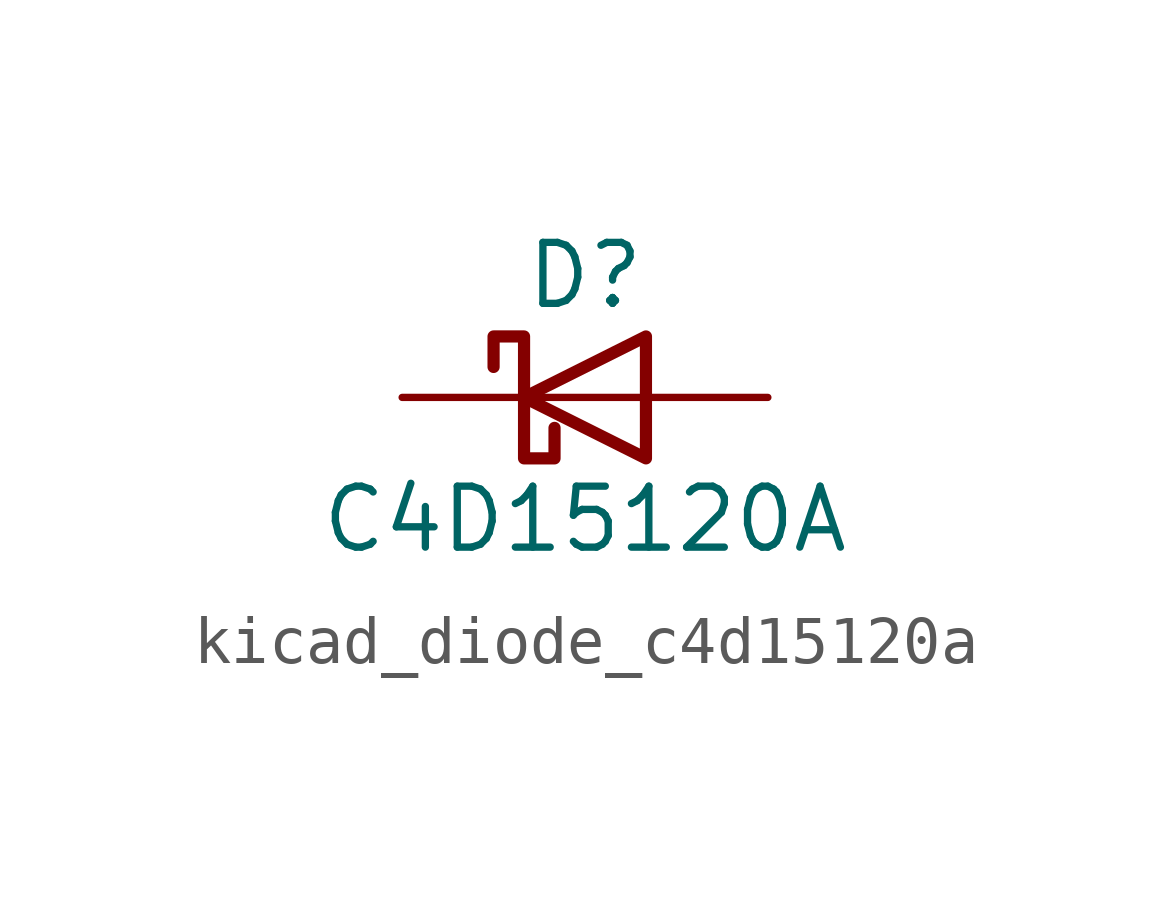
<source format=kicad_sym>
(kicad_symbol_lib
  (version 20220914)
  (generator kicad_symbol_editor)
  (symbol "kicad_diode_c4d15120a"
    (pin_numbers hide)
    (pin_names
      (offset 1.016) hide)
    (property "Reference" "D"
      (at 0 2.54 0)
      (effects (font (size 1.27 1.27))))
    (property "Value" "C4D15120A"
      (at 0 -2.54 0)
      (effects (font (size 1.27 1.27))))
    (symbol "kicad_diode_c4d15120a_0_1"
      (polyline (pts (xy 1.27 0) (xy -1.27 0)) (stroke (width 0) (type default)) (fill (type none)))
      (polyline (pts (xy 1.27 1.27) (xy 1.27 -1.27) (xy -1.27 0) (xy 1.27 1.27)) (stroke (width 0.254) (type default)) (fill (type none)))
      (polyline (pts (xy -1.905 0.635) (xy -1.905 1.27) (xy -1.27 1.27) (xy -1.27 -1.27) (xy -0.635 -1.27) (xy -0.635 -0.635)) (stroke (width 0.254) (type default)) (fill (type none))))
    (symbol "kicad_diode_c4d15120a_1_1"
      (pin passive line (at -3.81 0 0) (length 2.54) (name "K" (effects (font (size 1.27 1.27)))) (number "1" (effects (font (size 1.27 1.27)))))
      (pin passive line (at 3.81 0 180) (length 2.54) (name "A" (effects (font (size 1.27 1.27)))) (number "2" (effects (font (size 1.27 1.27))))))))
</source>
